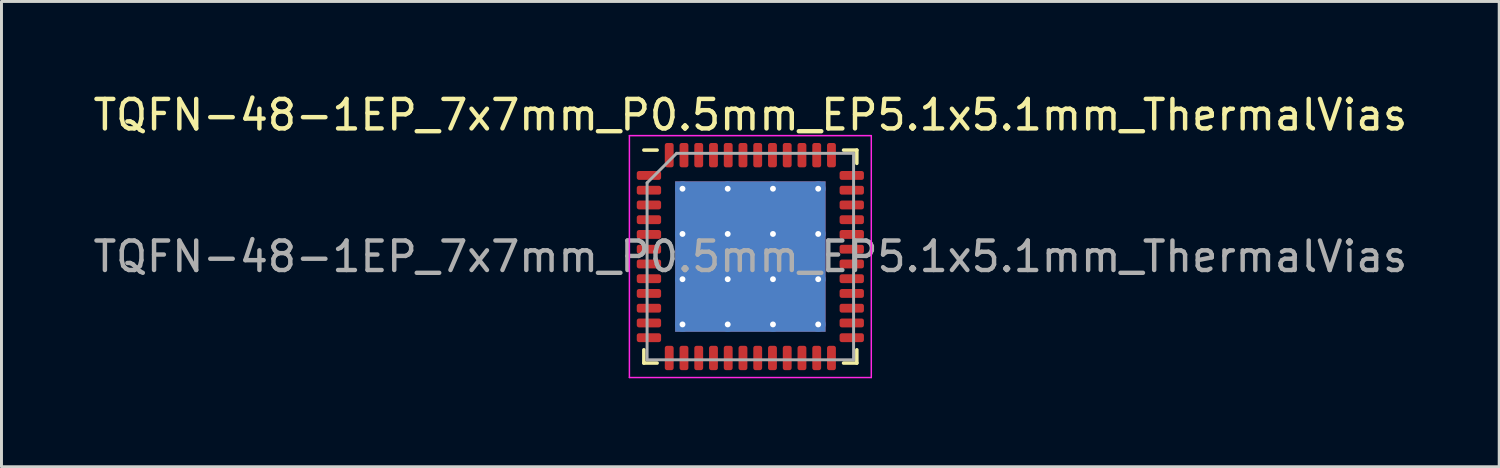
<source format=kicad_pcb>
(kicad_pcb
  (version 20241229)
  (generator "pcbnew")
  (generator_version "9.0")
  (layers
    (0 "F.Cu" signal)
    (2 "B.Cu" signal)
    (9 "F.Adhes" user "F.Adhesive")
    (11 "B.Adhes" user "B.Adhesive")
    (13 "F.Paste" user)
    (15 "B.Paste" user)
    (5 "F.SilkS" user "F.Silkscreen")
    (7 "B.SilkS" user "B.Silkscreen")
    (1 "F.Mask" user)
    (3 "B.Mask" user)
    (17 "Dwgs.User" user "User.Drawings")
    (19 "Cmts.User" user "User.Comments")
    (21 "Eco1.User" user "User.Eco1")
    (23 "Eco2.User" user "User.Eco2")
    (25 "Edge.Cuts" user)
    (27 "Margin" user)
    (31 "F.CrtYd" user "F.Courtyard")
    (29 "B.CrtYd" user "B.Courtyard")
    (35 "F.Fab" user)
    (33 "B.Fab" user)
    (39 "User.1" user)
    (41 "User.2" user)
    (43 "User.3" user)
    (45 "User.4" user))
  (footprint "TQFN-48-1EP_7x7mm_P0.5mm_EP5.1x5.1mm_ThermalVias"
    (layer "F.Cu")
    (at 22.387 5.648)
    (property "Reference" "TQFN-48-1EP_7x7mm_P0.5mm_EP5.1x5.1mm_ThermalVias" (at 0 -4.8 0) (layer "F.SilkS") (effects (font (size 1 1) (thickness 0.15))))
    (attr smd)
    (fp_line (start -3.61 3.61) (end -3.61 3.16) (stroke (width 0.12) (type solid)) (layer "F.SilkS"))
    (fp_line (start -3.16 -3.61) (end -3.61 -3.61) (stroke (width 0.12) (type solid)) (layer "F.SilkS"))
    (fp_line (start -3.16 3.61) (end -3.61 3.61) (stroke (width 0.12) (type solid)) (layer "F.SilkS"))
    (fp_line (start 3.16 -3.61) (end 3.61 -3.61) (stroke (width 0.12) (type solid)) (layer "F.SilkS"))
    (fp_line (start 3.16 3.61) (end 3.61 3.61) (stroke (width 0.12) (type solid)) (layer "F.SilkS"))
    (fp_line (start 3.61 -3.61) (end 3.61 -3.16) (stroke (width 0.12) (type solid)) (layer "F.SilkS"))
    (fp_line (start 3.61 3.61) (end 3.61 3.16) (stroke (width 0.12) (type solid)) (layer "F.SilkS"))
    (fp_line (start -4.1 -4.1) (end -4.1 4.1) (stroke (width 0.05) (type solid)) (layer "F.CrtYd"))
    (fp_line (start -4.1 4.1) (end 4.1 4.1) (stroke (width 0.05) (type solid)) (layer "F.CrtYd"))
    (fp_line (start 4.1 -4.1) (end -4.1 -4.1) (stroke (width 0.05) (type solid)) (layer "F.CrtYd"))
    (fp_line (start 4.1 4.1) (end 4.1 -4.1) (stroke (width 0.05) (type solid)) (layer "F.CrtYd"))
    (fp_line (start -3.5 -2.5) (end -2.5 -3.5) (stroke (width 0.1) (type solid)) (layer "F.Fab"))
    (fp_line (start -3.5 3.5) (end -3.5 -2.5) (stroke (width 0.1) (type solid)) (layer "F.Fab"))
    (fp_line (start -2.5 -3.5) (end 3.5 -3.5) (stroke (width 0.1) (type solid)) (layer "F.Fab"))
    (fp_line (start 3.5 -3.5) (end 3.5 3.5) (stroke (width 0.1) (type solid)) (layer "F.Fab"))
    (fp_line (start 3.5 3.5) (end -3.5 3.5) (stroke (width 0.1) (type solid)) (layer "F.Fab"))
    (fp_text user "${REFERENCE}" (at 0 0 0) (layer "F.Fab") (effects (font (size 1 1) (thickness 0.15))))
    (pad "" smd roundrect (at -1.7 -1.7) (size 1.47 1.47) (layers "F.Paste") (roundrect_rratio 0.17))
    (pad "" smd roundrect (at -1.7 0) (size 1.47 1.47) (layers "F.Paste") (roundrect_rratio 0.17))
    (pad "" smd roundrect (at -1.7 1.7) (size 1.47 1.47) (layers "F.Paste") (roundrect_rratio 0.17))
    (pad "" smd roundrect (at 0 -1.7) (size 1.47 1.47) (layers "F.Paste") (roundrect_rratio 0.17))
    (pad "" smd roundrect (at 0 0) (size 1.47 1.47) (layers "F.Paste") (roundrect_rratio 0.17))
    (pad "" smd roundrect (at 0 1.7) (size 1.47 1.47) (layers "F.Paste") (roundrect_rratio 0.17))
    (pad "" smd roundrect (at 1.7 -1.7) (size 1.47 1.47) (layers "F.Paste") (roundrect_rratio 0.17))
    (pad "" smd roundrect (at 1.7 0) (size 1.47 1.47) (layers "F.Paste") (roundrect_rratio 0.17))
    (pad "" smd roundrect (at 1.7 1.7) (size 1.47 1.47) (layers "F.Paste") (roundrect_rratio 0.17))
    (pad "1" smd roundrect (at -3.438 -2.75) (size 0.825 0.3) (layers "F.Cu" "F.Mask" "F.Paste") (roundrect_rratio 0.25))
    (pad "2" smd roundrect (at -3.438 -2.25) (size 0.825 0.3) (layers "F.Cu" "F.Mask" "F.Paste") (roundrect_rratio 0.25))
    (pad "3" smd roundrect (at -3.438 -1.75) (size 0.825 0.3) (layers "F.Cu" "F.Mask" "F.Paste") (roundrect_rratio 0.25))
    (pad "4" smd roundrect (at -3.438 -1.25) (size 0.825 0.3) (layers "F.Cu" "F.Mask" "F.Paste") (roundrect_rratio 0.25))
    (pad "5" smd roundrect (at -3.438 -0.75) (size 0.825 0.3) (layers "F.Cu" "F.Mask" "F.Paste") (roundrect_rratio 0.25))
    (pad "6" smd roundrect (at -3.438 -0.25) (size 0.825 0.3) (layers "F.Cu" "F.Mask" "F.Paste") (roundrect_rratio 0.25))
    (pad "7" smd roundrect (at -3.438 0.25) (size 0.825 0.3) (layers "F.Cu" "F.Mask" "F.Paste") (roundrect_rratio 0.25))
    (pad "8" smd roundrect (at -3.438 0.75) (size 0.825 0.3) (layers "F.Cu" "F.Mask" "F.Paste") (roundrect_rratio 0.25))
    (pad "9" smd roundrect (at -3.438 1.25) (size 0.825 0.3) (layers "F.Cu" "F.Mask" "F.Paste") (roundrect_rratio 0.25))
    (pad "10" smd roundrect (at -3.438 1.75) (size 0.825 0.3) (layers "F.Cu" "F.Mask" "F.Paste") (roundrect_rratio 0.25))
    (pad "11" smd roundrect (at -3.438 2.25) (size 0.825 0.3) (layers "F.Cu" "F.Mask" "F.Paste") (roundrect_rratio 0.25))
    (pad "12" smd roundrect (at -3.438 2.75) (size 0.825 0.3) (layers "F.Cu" "F.Mask" "F.Paste") (roundrect_rratio 0.25))
    (pad "13" smd roundrect (at -2.75 3.438) (size 0.3 0.825) (layers "F.Cu" "F.Mask" "F.Paste") (roundrect_rratio 0.25))
    (pad "14" smd roundrect (at -2.25 3.438) (size 0.3 0.825) (layers "F.Cu" "F.Mask" "F.Paste") (roundrect_rratio 0.25))
    (pad "15" smd roundrect (at -1.75 3.438) (size 0.3 0.825) (layers "F.Cu" "F.Mask" "F.Paste") (roundrect_rratio 0.25))
    (pad "16" smd roundrect (at -1.25 3.438) (size 0.3 0.825) (layers "F.Cu" "F.Mask" "F.Paste") (roundrect_rratio 0.25))
    (pad "17" smd roundrect (at -0.75 3.438) (size 0.3 0.825) (layers "F.Cu" "F.Mask" "F.Paste") (roundrect_rratio 0.25))
    (pad "18" smd roundrect (at -0.25 3.438) (size 0.3 0.825) (layers "F.Cu" "F.Mask" "F.Paste") (roundrect_rratio 0.25))
    (pad "19" smd roundrect (at 0.25 3.438) (size 0.3 0.825) (layers "F.Cu" "F.Mask" "F.Paste") (roundrect_rratio 0.25))
    (pad "20" smd roundrect (at 0.75 3.438) (size 0.3 0.825) (layers "F.Cu" "F.Mask" "F.Paste") (roundrect_rratio 0.25))
    (pad "21" smd roundrect (at 1.25 3.438) (size 0.3 0.825) (layers "F.Cu" "F.Mask" "F.Paste") (roundrect_rratio 0.25))
    (pad "22" smd roundrect (at 1.75 3.438) (size 0.3 0.825) (layers "F.Cu" "F.Mask" "F.Paste") (roundrect_rratio 0.25))
    (pad "23" smd roundrect (at 2.25 3.438) (size 0.3 0.825) (layers "F.Cu" "F.Mask" "F.Paste") (roundrect_rratio 0.25))
    (pad "24" smd roundrect (at 2.75 3.438) (size 0.3 0.825) (layers "F.Cu" "F.Mask" "F.Paste") (roundrect_rratio 0.25))
    (pad "25" smd roundrect (at 3.438 2.75) (size 0.825 0.3) (layers "F.Cu" "F.Mask" "F.Paste") (roundrect_rratio 0.25))
    (pad "26" smd roundrect (at 3.438 2.25) (size 0.825 0.3) (layers "F.Cu" "F.Mask" "F.Paste") (roundrect_rratio 0.25))
    (pad "27" smd roundrect (at 3.438 1.75) (size 0.825 0.3) (layers "F.Cu" "F.Mask" "F.Paste") (roundrect_rratio 0.25))
    (pad "28" smd roundrect (at 3.438 1.25) (size 0.825 0.3) (layers "F.Cu" "F.Mask" "F.Paste") (roundrect_rratio 0.25))
    (pad "29" smd roundrect (at 3.438 0.75) (size 0.825 0.3) (layers "F.Cu" "F.Mask" "F.Paste") (roundrect_rratio 0.25))
    (pad "30" smd roundrect (at 3.438 0.25) (size 0.825 0.3) (layers "F.Cu" "F.Mask" "F.Paste") (roundrect_rratio 0.25))
    (pad "31" smd roundrect (at 3.438 -0.25) (size 0.825 0.3) (layers "F.Cu" "F.Mask" "F.Paste") (roundrect_rratio 0.25))
    (pad "32" smd roundrect (at 3.438 -0.75) (size 0.825 0.3) (layers "F.Cu" "F.Mask" "F.Paste") (roundrect_rratio 0.25))
    (pad "33" smd roundrect (at 3.438 -1.25) (size 0.825 0.3) (layers "F.Cu" "F.Mask" "F.Paste") (roundrect_rratio 0.25))
    (pad "34" smd roundrect (at 3.438 -1.75) (size 0.825 0.3) (layers "F.Cu" "F.Mask" "F.Paste") (roundrect_rratio 0.25))
    (pad "35" smd roundrect (at 3.438 -2.25) (size 0.825 0.3) (layers "F.Cu" "F.Mask" "F.Paste") (roundrect_rratio 0.25))
    (pad "36" smd roundrect (at 3.438 -2.75) (size 0.825 0.3) (layers "F.Cu" "F.Mask" "F.Paste") (roundrect_rratio 0.25))
    (pad "37" smd roundrect (at 2.75 -3.438) (size 0.3 0.825) (layers "F.Cu" "F.Mask" "F.Paste") (roundrect_rratio 0.25))
    (pad "38" smd roundrect (at 2.25 -3.438) (size 0.3 0.825) (layers "F.Cu" "F.Mask" "F.Paste") (roundrect_rratio 0.25))
    (pad "39" smd roundrect (at 1.75 -3.438) (size 0.3 0.825) (layers "F.Cu" "F.Mask" "F.Paste") (roundrect_rratio 0.25))
    (pad "40" smd roundrect (at 1.25 -3.438) (size 0.3 0.825) (layers "F.Cu" "F.Mask" "F.Paste") (roundrect_rratio 0.25))
    (pad "41" smd roundrect (at 0.75 -3.438) (size 0.3 0.825) (layers "F.Cu" "F.Mask" "F.Paste") (roundrect_rratio 0.25))
    (pad "42" smd roundrect (at 0.25 -3.438) (size 0.3 0.825) (layers "F.Cu" "F.Mask" "F.Paste") (roundrect_rratio 0.25))
    (pad "43" smd roundrect (at -0.25 -3.438) (size 0.3 0.825) (layers "F.Cu" "F.Mask" "F.Paste") (roundrect_rratio 0.25))
    (pad "44" smd roundrect (at -0.75 -3.438) (size 0.3 0.825) (layers "F.Cu" "F.Mask" "F.Paste") (roundrect_rratio 0.25))
    (pad "45" smd roundrect (at -1.25 -3.438) (size 0.3 0.825) (layers "F.Cu" "F.Mask" "F.Paste") (roundrect_rratio 0.25))
    (pad "46" smd roundrect (at -1.75 -3.438) (size 0.3 0.825) (layers "F.Cu" "F.Mask" "F.Paste") (roundrect_rratio 0.25))
    (pad "47" smd roundrect (at -2.25 -3.438) (size 0.3 0.825) (layers "F.Cu" "F.Mask" "F.Paste") (roundrect_rratio 0.25))
    (pad "48" smd roundrect (at -2.75 -3.438) (size 0.3 0.825) (layers "F.Cu" "F.Mask" "F.Paste") (roundrect_rratio 0.25))
    (pad "49" thru_hole circle (at -2.3 -2.3) (size 0.5 0.5) (drill 0.2) (layers "*.Cu"))
    (pad "49" thru_hole circle (at -2.3 -0.767) (size 0.5 0.5) (drill 0.2) (layers "*.Cu"))
    (pad "49" thru_hole circle (at -2.3 0.767) (size 0.5 0.5) (drill 0.2) (layers "*.Cu"))
    (pad "49" thru_hole circle (at -2.3 2.3) (size 0.5 0.5) (drill 0.2) (layers "*.Cu"))
    (pad "49" thru_hole circle (at -0.767 -2.3) (size 0.5 0.5) (drill 0.2) (layers "*.Cu"))
    (pad "49" thru_hole circle (at -0.767 -0.767) (size 0.5 0.5) (drill 0.2) (layers "*.Cu"))
    (pad "49" thru_hole circle (at -0.767 0.767) (size 0.5 0.5) (drill 0.2) (layers "*.Cu"))
    (pad "49" thru_hole circle (at -0.767 2.3) (size 0.5 0.5) (drill 0.2) (layers "*.Cu"))
    (pad "49" smd rect (at 0 0) (size 5.1 5.1) (layers "F.Cu" "F.Mask"))
    (pad "49" smd rect (at 0 0) (size 5.1 5.1) (layers "B.Cu"))
    (pad "49" thru_hole circle (at 0.767 -2.3) (size 0.5 0.5) (drill 0.2) (layers "*.Cu"))
    (pad "49" thru_hole circle (at 0.767 -0.767) (size 0.5 0.5) (drill 0.2) (layers "*.Cu"))
    (pad "49" thru_hole circle (at 0.767 0.767) (size 0.5 0.5) (drill 0.2) (layers "*.Cu"))
    (pad "49" thru_hole circle (at 0.767 2.3) (size 0.5 0.5) (drill 0.2) (layers "*.Cu"))
    (pad "49" thru_hole circle (at 2.3 -2.3) (size 0.5 0.5) (drill 0.2) (layers "*.Cu"))
    (pad "49" thru_hole circle (at 2.3 -0.767) (size 0.5 0.5) (drill 0.2) (layers "*.Cu"))
    (pad "49" thru_hole circle (at 2.3 0.767) (size 0.5 0.5) (drill 0.2) (layers "*.Cu"))
    (pad "49" thru_hole circle (at 2.3 2.3) (size 0.5 0.5) (drill 0.2) (layers "*.Cu")))
  (gr_rect
    (start -3 -3)
    (end 47.774 12.773)
    (stroke (width 0.1) (type default))
    (fill no)
    (layer "Edge.Cuts")))
</source>
